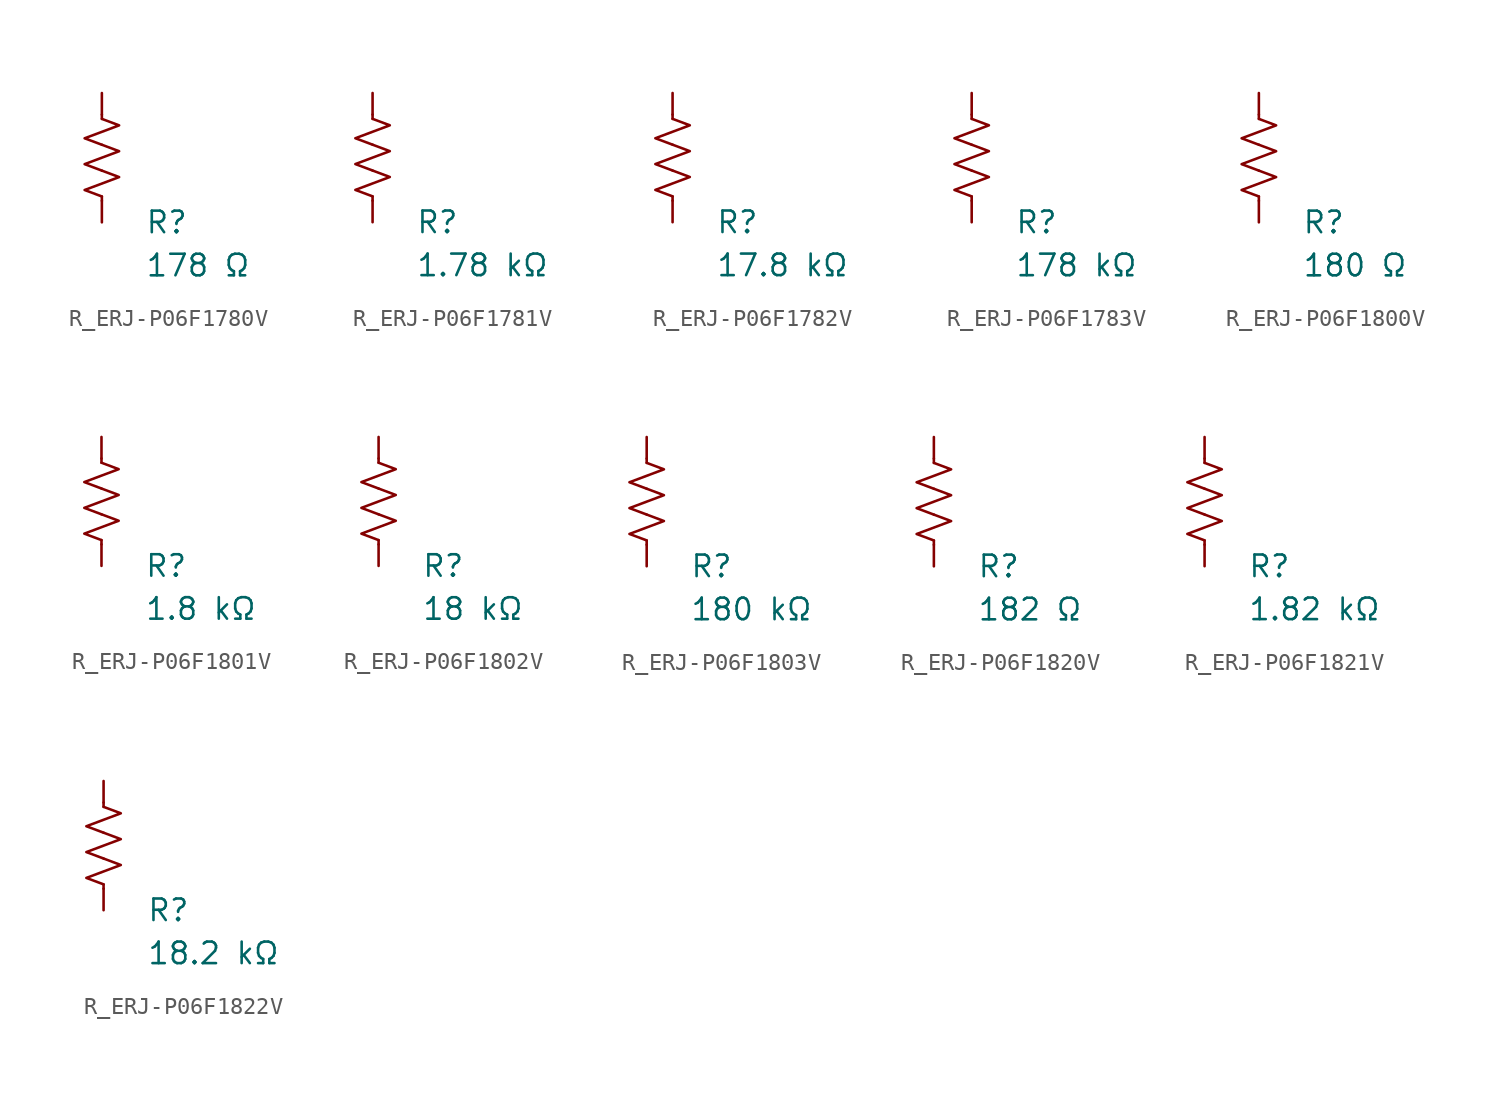
<source format=kicad_sym>
(kicad_symbol_lib
  (version 20231120)
  (generator "kicad_symbol_editor")
  (generator_version "8.0")
  (symbol "R_ERJ-P06F1780V"
    (pin_numbers hide)
    (pin_names
      (offset 0))
    (property "Reference" "R"
      (at 2.54 -3.81 0)
      (effects (font (size 1.27 1.27)) (justify left))
      (show_name no))
    (property "Value" "178 Ω"
      (at 2.54 -6.35 0)
      (effects (font (size 1.27 1.27)) (justify left))
      (show_name no))
    (symbol "R_ERJ-P06F1780V_0_1"
      (polyline (pts (xy 0 -2.286) (xy 0 -2.54)) (stroke (width 0) (type default)) (fill (type none)))
      (polyline (pts (xy 0 2.286) (xy 0 2.54)) (stroke (width 0) (type default)) (fill (type none)))
      (polyline (pts (xy 0 -0.762) (xy 1.016 -1.143) (xy 0 -1.524) (xy -1.016 -1.905) (xy 0 -2.286)) (stroke (width 0) (type default)) (fill (type none)))
      (polyline (pts (xy 0 0.762) (xy 1.016 0.381) (xy 0 0) (xy -1.016 -0.381) (xy 0 -0.762)) (stroke (width 0) (type default)) (fill (type none)))
      (polyline (pts (xy 0 2.286) (xy 1.016 1.905) (xy 0 1.524) (xy -1.016 1.143) (xy 0 0.762)) (stroke (width 0) (type default)) (fill (type none))))
    (symbol "R_ERJ-P06F1780V_1_1"
      (pin passive line (at 0 3.81 270) (length 1.27) (name "~" (effects (font (size 1.27 1.27)))) (number "1" (effects (font (size 1.27 1.27)))))
      (pin passive line (at 0 -3.81 90) (length 1.27) (name "~" (effects (font (size 1.27 1.27)))) (number "2" (effects (font (size 1.27 1.27)))))))
  (symbol "R_ERJ-P06F1781V"
    (pin_numbers hide)
    (pin_names
      (offset 0))
    (property "Reference" "R"
      (at 2.54 -3.81 0)
      (effects (font (size 1.27 1.27)) (justify left))
      (show_name no))
    (property "Value" "1.78 kΩ"
      (at 2.54 -6.35 0)
      (effects (font (size 1.27 1.27)) (justify left))
      (show_name no))
    (symbol "R_ERJ-P06F1781V_0_1"
      (polyline (pts (xy 0 -2.286) (xy 0 -2.54)) (stroke (width 0) (type default)) (fill (type none)))
      (polyline (pts (xy 0 2.286) (xy 0 2.54)) (stroke (width 0) (type default)) (fill (type none)))
      (polyline (pts (xy 0 -0.762) (xy 1.016 -1.143) (xy 0 -1.524) (xy -1.016 -1.905) (xy 0 -2.286)) (stroke (width 0) (type default)) (fill (type none)))
      (polyline (pts (xy 0 0.762) (xy 1.016 0.381) (xy 0 0) (xy -1.016 -0.381) (xy 0 -0.762)) (stroke (width 0) (type default)) (fill (type none)))
      (polyline (pts (xy 0 2.286) (xy 1.016 1.905) (xy 0 1.524) (xy -1.016 1.143) (xy 0 0.762)) (stroke (width 0) (type default)) (fill (type none))))
    (symbol "R_ERJ-P06F1781V_1_1"
      (pin passive line (at 0 3.81 270) (length 1.27) (name "~" (effects (font (size 1.27 1.27)))) (number "1" (effects (font (size 1.27 1.27)))))
      (pin passive line (at 0 -3.81 90) (length 1.27) (name "~" (effects (font (size 1.27 1.27)))) (number "2" (effects (font (size 1.27 1.27)))))))
  (symbol "R_ERJ-P06F1782V"
    (pin_numbers hide)
    (pin_names
      (offset 0))
    (property "Reference" "R"
      (at 2.54 -3.81 0)
      (effects (font (size 1.27 1.27)) (justify left))
      (show_name no))
    (property "Value" "17.8 kΩ"
      (at 2.54 -6.35 0)
      (effects (font (size 1.27 1.27)) (justify left))
      (show_name no))
    (symbol "R_ERJ-P06F1782V_0_1"
      (polyline (pts (xy 0 -2.286) (xy 0 -2.54)) (stroke (width 0) (type default)) (fill (type none)))
      (polyline (pts (xy 0 2.286) (xy 0 2.54)) (stroke (width 0) (type default)) (fill (type none)))
      (polyline (pts (xy 0 -0.762) (xy 1.016 -1.143) (xy 0 -1.524) (xy -1.016 -1.905) (xy 0 -2.286)) (stroke (width 0) (type default)) (fill (type none)))
      (polyline (pts (xy 0 0.762) (xy 1.016 0.381) (xy 0 0) (xy -1.016 -0.381) (xy 0 -0.762)) (stroke (width 0) (type default)) (fill (type none)))
      (polyline (pts (xy 0 2.286) (xy 1.016 1.905) (xy 0 1.524) (xy -1.016 1.143) (xy 0 0.762)) (stroke (width 0) (type default)) (fill (type none))))
    (symbol "R_ERJ-P06F1782V_1_1"
      (pin passive line (at 0 3.81 270) (length 1.27) (name "~" (effects (font (size 1.27 1.27)))) (number "1" (effects (font (size 1.27 1.27)))))
      (pin passive line (at 0 -3.81 90) (length 1.27) (name "~" (effects (font (size 1.27 1.27)))) (number "2" (effects (font (size 1.27 1.27)))))))
  (symbol "R_ERJ-P06F1783V"
    (pin_numbers hide)
    (pin_names
      (offset 0))
    (property "Reference" "R"
      (at 2.54 -3.81 0)
      (effects (font (size 1.27 1.27)) (justify left))
      (show_name no))
    (property "Value" "178 kΩ"
      (at 2.54 -6.35 0)
      (effects (font (size 1.27 1.27)) (justify left))
      (show_name no))
    (symbol "R_ERJ-P06F1783V_0_1"
      (polyline (pts (xy 0 -2.286) (xy 0 -2.54)) (stroke (width 0) (type default)) (fill (type none)))
      (polyline (pts (xy 0 2.286) (xy 0 2.54)) (stroke (width 0) (type default)) (fill (type none)))
      (polyline (pts (xy 0 -0.762) (xy 1.016 -1.143) (xy 0 -1.524) (xy -1.016 -1.905) (xy 0 -2.286)) (stroke (width 0) (type default)) (fill (type none)))
      (polyline (pts (xy 0 0.762) (xy 1.016 0.381) (xy 0 0) (xy -1.016 -0.381) (xy 0 -0.762)) (stroke (width 0) (type default)) (fill (type none)))
      (polyline (pts (xy 0 2.286) (xy 1.016 1.905) (xy 0 1.524) (xy -1.016 1.143) (xy 0 0.762)) (stroke (width 0) (type default)) (fill (type none))))
    (symbol "R_ERJ-P06F1783V_1_1"
      (pin passive line (at 0 3.81 270) (length 1.27) (name "~" (effects (font (size 1.27 1.27)))) (number "1" (effects (font (size 1.27 1.27)))))
      (pin passive line (at 0 -3.81 90) (length 1.27) (name "~" (effects (font (size 1.27 1.27)))) (number "2" (effects (font (size 1.27 1.27)))))))
  (symbol "R_ERJ-P06F1800V"
    (pin_numbers hide)
    (pin_names
      (offset 0))
    (property "Reference" "R"
      (at 2.54 -3.81 0)
      (effects (font (size 1.27 1.27)) (justify left))
      (show_name no))
    (property "Value" "180 Ω"
      (at 2.54 -6.35 0)
      (effects (font (size 1.27 1.27)) (justify left))
      (show_name no))
    (symbol "R_ERJ-P06F1800V_0_1"
      (polyline (pts (xy 0 -2.286) (xy 0 -2.54)) (stroke (width 0) (type default)) (fill (type none)))
      (polyline (pts (xy 0 2.286) (xy 0 2.54)) (stroke (width 0) (type default)) (fill (type none)))
      (polyline (pts (xy 0 -0.762) (xy 1.016 -1.143) (xy 0 -1.524) (xy -1.016 -1.905) (xy 0 -2.286)) (stroke (width 0) (type default)) (fill (type none)))
      (polyline (pts (xy 0 0.762) (xy 1.016 0.381) (xy 0 0) (xy -1.016 -0.381) (xy 0 -0.762)) (stroke (width 0) (type default)) (fill (type none)))
      (polyline (pts (xy 0 2.286) (xy 1.016 1.905) (xy 0 1.524) (xy -1.016 1.143) (xy 0 0.762)) (stroke (width 0) (type default)) (fill (type none))))
    (symbol "R_ERJ-P06F1800V_1_1"
      (pin passive line (at 0 3.81 270) (length 1.27) (name "~" (effects (font (size 1.27 1.27)))) (number "1" (effects (font (size 1.27 1.27)))))
      (pin passive line (at 0 -3.81 90) (length 1.27) (name "~" (effects (font (size 1.27 1.27)))) (number "2" (effects (font (size 1.27 1.27)))))))
  (symbol "R_ERJ-P06F1801V"
    (pin_numbers hide)
    (pin_names
      (offset 0))
    (property "Reference" "R"
      (at 2.54 -3.81 0)
      (effects (font (size 1.27 1.27)) (justify left))
      (show_name no))
    (property "Value" "1.8 kΩ"
      (at 2.54 -6.35 0)
      (effects (font (size 1.27 1.27)) (justify left))
      (show_name no))
    (symbol "R_ERJ-P06F1801V_0_1"
      (polyline (pts (xy 0 -2.286) (xy 0 -2.54)) (stroke (width 0) (type default)) (fill (type none)))
      (polyline (pts (xy 0 2.286) (xy 0 2.54)) (stroke (width 0) (type default)) (fill (type none)))
      (polyline (pts (xy 0 -0.762) (xy 1.016 -1.143) (xy 0 -1.524) (xy -1.016 -1.905) (xy 0 -2.286)) (stroke (width 0) (type default)) (fill (type none)))
      (polyline (pts (xy 0 0.762) (xy 1.016 0.381) (xy 0 0) (xy -1.016 -0.381) (xy 0 -0.762)) (stroke (width 0) (type default)) (fill (type none)))
      (polyline (pts (xy 0 2.286) (xy 1.016 1.905) (xy 0 1.524) (xy -1.016 1.143) (xy 0 0.762)) (stroke (width 0) (type default)) (fill (type none))))
    (symbol "R_ERJ-P06F1801V_1_1"
      (pin passive line (at 0 3.81 270) (length 1.27) (name "~" (effects (font (size 1.27 1.27)))) (number "1" (effects (font (size 1.27 1.27)))))
      (pin passive line (at 0 -3.81 90) (length 1.27) (name "~" (effects (font (size 1.27 1.27)))) (number "2" (effects (font (size 1.27 1.27)))))))
  (symbol "R_ERJ-P06F1802V"
    (pin_numbers hide)
    (pin_names
      (offset 0))
    (property "Reference" "R"
      (at 2.54 -3.81 0)
      (effects (font (size 1.27 1.27)) (justify left))
      (show_name no))
    (property "Value" "18 kΩ"
      (at 2.54 -6.35 0)
      (effects (font (size 1.27 1.27)) (justify left))
      (show_name no))
    (symbol "R_ERJ-P06F1802V_0_1"
      (polyline (pts (xy 0 -2.286) (xy 0 -2.54)) (stroke (width 0) (type default)) (fill (type none)))
      (polyline (pts (xy 0 2.286) (xy 0 2.54)) (stroke (width 0) (type default)) (fill (type none)))
      (polyline (pts (xy 0 -0.762) (xy 1.016 -1.143) (xy 0 -1.524) (xy -1.016 -1.905) (xy 0 -2.286)) (stroke (width 0) (type default)) (fill (type none)))
      (polyline (pts (xy 0 0.762) (xy 1.016 0.381) (xy 0 0) (xy -1.016 -0.381) (xy 0 -0.762)) (stroke (width 0) (type default)) (fill (type none)))
      (polyline (pts (xy 0 2.286) (xy 1.016 1.905) (xy 0 1.524) (xy -1.016 1.143) (xy 0 0.762)) (stroke (width 0) (type default)) (fill (type none))))
    (symbol "R_ERJ-P06F1802V_1_1"
      (pin passive line (at 0 3.81 270) (length 1.27) (name "~" (effects (font (size 1.27 1.27)))) (number "1" (effects (font (size 1.27 1.27)))))
      (pin passive line (at 0 -3.81 90) (length 1.27) (name "~" (effects (font (size 1.27 1.27)))) (number "2" (effects (font (size 1.27 1.27)))))))
  (symbol "R_ERJ-P06F1803V"
    (pin_numbers hide)
    (pin_names
      (offset 0))
    (property "Reference" "R"
      (at 2.54 -3.81 0)
      (effects (font (size 1.27 1.27)) (justify left))
      (show_name no))
    (property "Value" "180 kΩ"
      (at 2.54 -6.35 0)
      (effects (font (size 1.27 1.27)) (justify left))
      (show_name no))
    (symbol "R_ERJ-P06F1803V_0_1"
      (polyline (pts (xy 0 -2.286) (xy 0 -2.54)) (stroke (width 0) (type default)) (fill (type none)))
      (polyline (pts (xy 0 2.286) (xy 0 2.54)) (stroke (width 0) (type default)) (fill (type none)))
      (polyline (pts (xy 0 -0.762) (xy 1.016 -1.143) (xy 0 -1.524) (xy -1.016 -1.905) (xy 0 -2.286)) (stroke (width 0) (type default)) (fill (type none)))
      (polyline (pts (xy 0 0.762) (xy 1.016 0.381) (xy 0 0) (xy -1.016 -0.381) (xy 0 -0.762)) (stroke (width 0) (type default)) (fill (type none)))
      (polyline (pts (xy 0 2.286) (xy 1.016 1.905) (xy 0 1.524) (xy -1.016 1.143) (xy 0 0.762)) (stroke (width 0) (type default)) (fill (type none))))
    (symbol "R_ERJ-P06F1803V_1_1"
      (pin passive line (at 0 3.81 270) (length 1.27) (name "~" (effects (font (size 1.27 1.27)))) (number "1" (effects (font (size 1.27 1.27)))))
      (pin passive line (at 0 -3.81 90) (length 1.27) (name "~" (effects (font (size 1.27 1.27)))) (number "2" (effects (font (size 1.27 1.27)))))))
  (symbol "R_ERJ-P06F1820V"
    (pin_numbers hide)
    (pin_names
      (offset 0))
    (property "Reference" "R"
      (at 2.54 -3.81 0)
      (effects (font (size 1.27 1.27)) (justify left))
      (show_name no))
    (property "Value" "182 Ω"
      (at 2.54 -6.35 0)
      (effects (font (size 1.27 1.27)) (justify left))
      (show_name no))
    (symbol "R_ERJ-P06F1820V_0_1"
      (polyline (pts (xy 0 -2.286) (xy 0 -2.54)) (stroke (width 0) (type default)) (fill (type none)))
      (polyline (pts (xy 0 2.286) (xy 0 2.54)) (stroke (width 0) (type default)) (fill (type none)))
      (polyline (pts (xy 0 -0.762) (xy 1.016 -1.143) (xy 0 -1.524) (xy -1.016 -1.905) (xy 0 -2.286)) (stroke (width 0) (type default)) (fill (type none)))
      (polyline (pts (xy 0 0.762) (xy 1.016 0.381) (xy 0 0) (xy -1.016 -0.381) (xy 0 -0.762)) (stroke (width 0) (type default)) (fill (type none)))
      (polyline (pts (xy 0 2.286) (xy 1.016 1.905) (xy 0 1.524) (xy -1.016 1.143) (xy 0 0.762)) (stroke (width 0) (type default)) (fill (type none))))
    (symbol "R_ERJ-P06F1820V_1_1"
      (pin passive line (at 0 3.81 270) (length 1.27) (name "~" (effects (font (size 1.27 1.27)))) (number "1" (effects (font (size 1.27 1.27)))))
      (pin passive line (at 0 -3.81 90) (length 1.27) (name "~" (effects (font (size 1.27 1.27)))) (number "2" (effects (font (size 1.27 1.27)))))))
  (symbol "R_ERJ-P06F1821V"
    (pin_numbers hide)
    (pin_names
      (offset 0))
    (property "Reference" "R"
      (at 2.54 -3.81 0)
      (effects (font (size 1.27 1.27)) (justify left))
      (show_name no))
    (property "Value" "1.82 kΩ"
      (at 2.54 -6.35 0)
      (effects (font (size 1.27 1.27)) (justify left))
      (show_name no))
    (symbol "R_ERJ-P06F1821V_0_1"
      (polyline (pts (xy 0 -2.286) (xy 0 -2.54)) (stroke (width 0) (type default)) (fill (type none)))
      (polyline (pts (xy 0 2.286) (xy 0 2.54)) (stroke (width 0) (type default)) (fill (type none)))
      (polyline (pts (xy 0 -0.762) (xy 1.016 -1.143) (xy 0 -1.524) (xy -1.016 -1.905) (xy 0 -2.286)) (stroke (width 0) (type default)) (fill (type none)))
      (polyline (pts (xy 0 0.762) (xy 1.016 0.381) (xy 0 0) (xy -1.016 -0.381) (xy 0 -0.762)) (stroke (width 0) (type default)) (fill (type none)))
      (polyline (pts (xy 0 2.286) (xy 1.016 1.905) (xy 0 1.524) (xy -1.016 1.143) (xy 0 0.762)) (stroke (width 0) (type default)) (fill (type none))))
    (symbol "R_ERJ-P06F1821V_1_1"
      (pin passive line (at 0 3.81 270) (length 1.27) (name "~" (effects (font (size 1.27 1.27)))) (number "1" (effects (font (size 1.27 1.27)))))
      (pin passive line (at 0 -3.81 90) (length 1.27) (name "~" (effects (font (size 1.27 1.27)))) (number "2" (effects (font (size 1.27 1.27)))))))
  (symbol "R_ERJ-P06F1822V"
    (pin_numbers hide)
    (pin_names
      (offset 0))
    (property "Reference" "R"
      (at 2.54 -3.81 0)
      (effects (font (size 1.27 1.27)) (justify left))
      (show_name no))
    (property "Value" "18.2 kΩ"
      (at 2.54 -6.35 0)
      (effects (font (size 1.27 1.27)) (justify left))
      (show_name no))
    (symbol "R_ERJ-P06F1822V_0_1"
      (polyline (pts (xy 0 -2.286) (xy 0 -2.54)) (stroke (width 0) (type default)) (fill (type none)))
      (polyline (pts (xy 0 2.286) (xy 0 2.54)) (stroke (width 0) (type default)) (fill (type none)))
      (polyline (pts (xy 0 -0.762) (xy 1.016 -1.143) (xy 0 -1.524) (xy -1.016 -1.905) (xy 0 -2.286)) (stroke (width 0) (type default)) (fill (type none)))
      (polyline (pts (xy 0 0.762) (xy 1.016 0.381) (xy 0 0) (xy -1.016 -0.381) (xy 0 -0.762)) (stroke (width 0) (type default)) (fill (type none)))
      (polyline (pts (xy 0 2.286) (xy 1.016 1.905) (xy 0 1.524) (xy -1.016 1.143) (xy 0 0.762)) (stroke (width 0) (type default)) (fill (type none))))
    (symbol "R_ERJ-P06F1822V_1_1"
      (pin passive line (at 0 3.81 270) (length 1.27) (name "~" (effects (font (size 1.27 1.27)))) (number "1" (effects (font (size 1.27 1.27)))))
      (pin passive line (at 0 -3.81 90) (length 1.27) (name "~" (effects (font (size 1.27 1.27)))) (number "2" (effects (font (size 1.27 1.27))))))))
</source>
